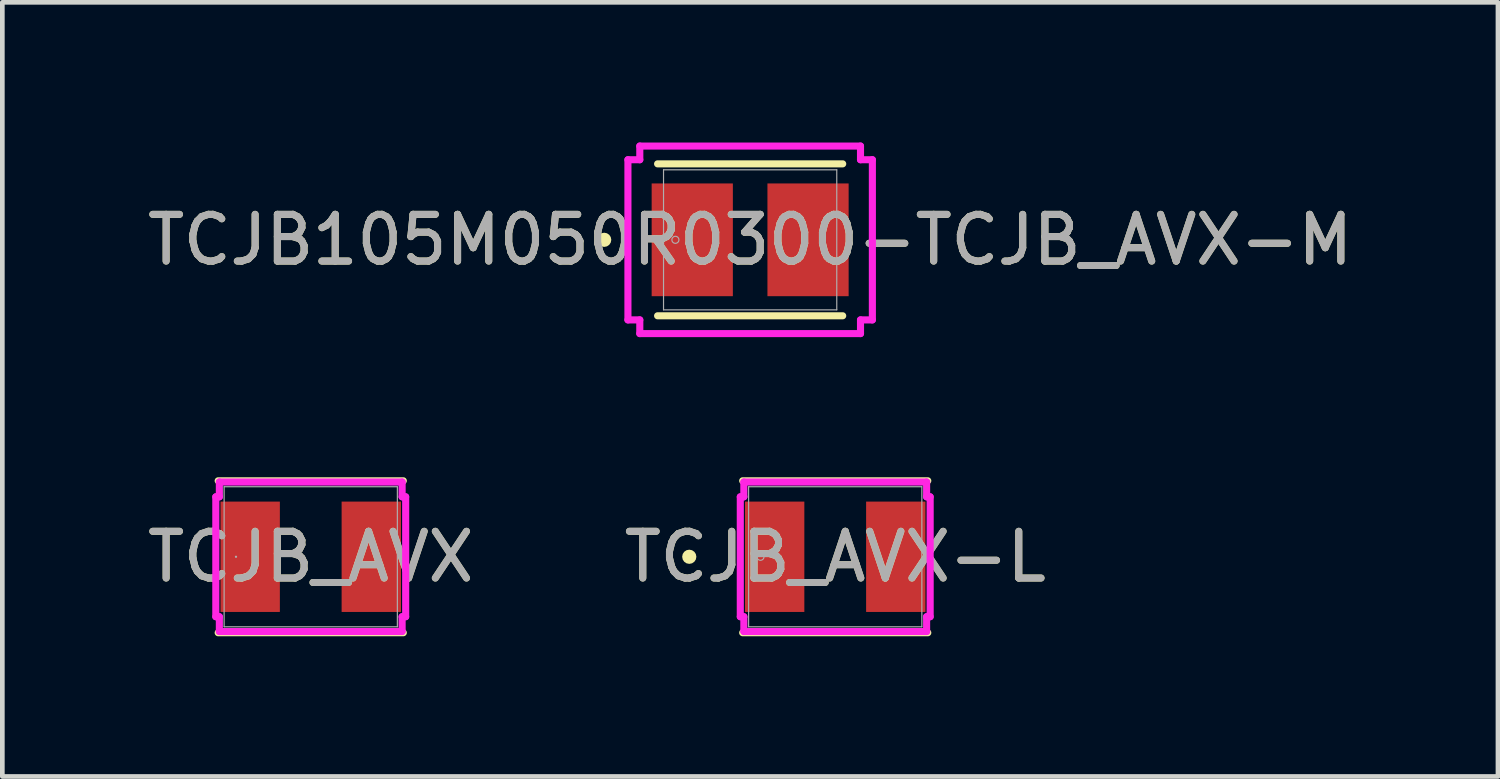
<source format=kicad_pcb>
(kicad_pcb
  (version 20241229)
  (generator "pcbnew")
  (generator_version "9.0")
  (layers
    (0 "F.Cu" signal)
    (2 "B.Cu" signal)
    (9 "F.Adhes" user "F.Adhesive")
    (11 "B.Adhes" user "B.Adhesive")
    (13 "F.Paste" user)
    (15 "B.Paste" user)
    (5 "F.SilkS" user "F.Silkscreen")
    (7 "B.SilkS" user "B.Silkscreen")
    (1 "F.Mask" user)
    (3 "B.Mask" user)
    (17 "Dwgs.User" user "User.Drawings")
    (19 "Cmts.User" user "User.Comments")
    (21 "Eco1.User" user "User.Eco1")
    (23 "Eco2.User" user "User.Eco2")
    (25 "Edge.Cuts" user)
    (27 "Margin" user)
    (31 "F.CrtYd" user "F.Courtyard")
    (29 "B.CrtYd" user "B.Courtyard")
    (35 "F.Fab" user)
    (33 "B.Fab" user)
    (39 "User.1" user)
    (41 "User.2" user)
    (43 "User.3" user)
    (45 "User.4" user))
  (footprint "TCJB_AVX-L"
    (layer "F.Cu")
    (at 14.827 8.867)
    (property "Reference" "TCJB_AVX-L" (at 0 0 0) (unlocked yes) (layer "F.SilkS") (effects (font (size 1 1) (thickness 0.15))))
    (attr smd)
    (fp_line (start -1.981 1.626) (end 1.981 1.626) (stroke (width 0.152) (type solid)) (layer "F.SilkS"))
    (fp_line (start 1.981 -1.626) (end -1.981 -1.626) (stroke (width 0.152) (type solid)) (layer "F.SilkS"))
    (fp_circle (center -3.124 0) (end -3.048 0) (stroke (width 0.152) (type solid)) (fill no) (layer "F.SilkS"))
    (fp_line (start -2.032 -1.283) (end -1.956 -1.283) (stroke (width 0.152) (type solid)) (layer "F.CrtYd"))
    (fp_line (start -2.032 1.283) (end -2.032 -1.283) (stroke (width 0.152) (type solid)) (layer "F.CrtYd"))
    (fp_line (start -1.956 -1.6) (end 1.956 -1.6) (stroke (width 0.152) (type solid)) (layer "F.CrtYd"))
    (fp_line (start -1.956 -1.283) (end -1.956 -1.6) (stroke (width 0.152) (type solid)) (layer "F.CrtYd"))
    (fp_line (start -1.956 1.283) (end -2.032 1.283) (stroke (width 0.152) (type solid)) (layer "F.CrtYd"))
    (fp_line (start -1.956 1.6) (end -1.956 1.283) (stroke (width 0.152) (type solid)) (layer "F.CrtYd"))
    (fp_line (start 1.956 -1.6) (end 1.956 -1.283) (stroke (width 0.152) (type solid)) (layer "F.CrtYd"))
    (fp_line (start 1.956 -1.283) (end 2.032 -1.283) (stroke (width 0.152) (type solid)) (layer "F.CrtYd"))
    (fp_line (start 1.956 1.283) (end 1.956 1.6) (stroke (width 0.152) (type solid)) (layer "F.CrtYd"))
    (fp_line (start 1.956 1.6) (end -1.956 1.6) (stroke (width 0.152) (type solid)) (layer "F.CrtYd"))
    (fp_line (start 2.032 -1.283) (end 2.032 1.283) (stroke (width 0.152) (type solid)) (layer "F.CrtYd"))
    (fp_line (start 2.032 1.283) (end 1.956 1.283) (stroke (width 0.152) (type solid)) (layer "F.CrtYd"))
    (fp_line (start -1.854 -1.499) (end -1.854 1.499) (stroke (width 0.025) (type solid)) (layer "F.Fab"))
    (fp_line (start -1.854 1.499) (end 1.854 1.499) (stroke (width 0.025) (type solid)) (layer "F.Fab"))
    (fp_line (start 1.854 -1.499) (end -1.854 -1.499) (stroke (width 0.025) (type solid)) (layer "F.Fab"))
    (fp_line (start 1.854 1.499) (end 1.854 -1.499) (stroke (width 0.025) (type solid)) (layer "F.Fab"))
    (fp_circle (center -1.6 0) (end -1.524 0) (stroke (width 0.025) (type solid)) (fill no) (layer "F.Fab"))
    (fp_text user "${REFERENCE}" (at 0 0 0) (unlocked yes) (layer "F.Fab") (effects (font (size 1 1) (thickness 0.15))))
    (pad "1" smd rect (at -1.296 0 90) (size 2.362 1.27) (layers "F.Cu" "F.Mask" "F.Paste"))
    (pad "2" smd rect (at 1.296 0 90) (size 2.362 1.27) (layers "F.Cu" "F.Mask" "F.Paste"))
    (zone (net_name "") (layer "F.Cu") (hatch full 0.508) (connect_pads) (min_thickness 0.254) (filled_areas_thickness no) (keepout (tracks not_allowed) (vias not_allowed) (pads allowed) (copperpour not_allowed) (footprints allowed)) (placement (enabled no)) (fill) (polygon (pts (xy 13.024 7.42) (xy 16.631 7.42) (xy 16.631 7.61) (xy 13.024 7.61))))
    (zone (net_name "") (layer "F.Cu") (hatch full 0.508) (connect_pads) (min_thickness 0.254) (filled_areas_thickness no) (keepout (tracks not_allowed) (vias not_allowed) (pads allowed) (copperpour not_allowed) (footprints allowed)) (placement (enabled no)) (fill) (polygon (pts (xy 13.024 10.125) (xy 16.631 10.125) (xy 16.631 10.315) (xy 13.024 10.315))))
    (zone (net_name "") (layer "F.Cu") (hatch full 0.508) (connect_pads) (min_thickness 0.254) (filled_areas_thickness no) (keepout (tracks not_allowed) (vias not_allowed) (pads allowed) (copperpour not_allowed) (footprints allowed)) (placement (enabled no)) (fill) (polygon (pts (xy 14.217 7.61) (xy 15.437 7.61) (xy 15.437 10.125) (xy 14.217 10.125)))))
  (footprint "TCJB105M050R0300-TCJB_AVX-M"
    (layer "F.Cu")
    (at 13.006 2.083)
    (property "Reference" "TCJB105M050R0300-TCJB_AVX-M" (at 0 0 0) (unlocked yes) (layer "F.SilkS") (effects (font (size 1 1) (thickness 0.15))))
    (attr smd)
    (fp_line (start -1.981 1.626) (end 1.981 1.626) (stroke (width 0.152) (type solid)) (layer "F.SilkS"))
    (fp_line (start 1.981 -1.626) (end -1.981 -1.626) (stroke (width 0.152) (type solid)) (layer "F.SilkS"))
    (fp_circle (center -3.124 0) (end -3.048 0) (stroke (width 0.152) (type solid)) (fill no) (layer "F.SilkS"))
    (fp_line (start -2.616 -1.714) (end -2.362 -1.714) (stroke (width 0.152) (type solid)) (layer "F.CrtYd"))
    (fp_line (start -2.616 1.714) (end -2.616 -1.714) (stroke (width 0.152) (type solid)) (layer "F.CrtYd"))
    (fp_line (start -2.362 -2.007) (end 2.362 -2.007) (stroke (width 0.152) (type solid)) (layer "F.CrtYd"))
    (fp_line (start -2.362 -1.714) (end -2.362 -2.007) (stroke (width 0.152) (type solid)) (layer "F.CrtYd"))
    (fp_line (start -2.362 1.714) (end -2.616 1.714) (stroke (width 0.152) (type solid)) (layer "F.CrtYd"))
    (fp_line (start -2.362 2.007) (end -2.362 1.714) (stroke (width 0.152) (type solid)) (layer "F.CrtYd"))
    (fp_line (start 2.362 -2.007) (end 2.362 -1.714) (stroke (width 0.152) (type solid)) (layer "F.CrtYd"))
    (fp_line (start 2.362 -1.714) (end 2.616 -1.714) (stroke (width 0.152) (type solid)) (layer "F.CrtYd"))
    (fp_line (start 2.362 1.714) (end 2.362 2.007) (stroke (width 0.152) (type solid)) (layer "F.CrtYd"))
    (fp_line (start 2.362 2.007) (end -2.362 2.007) (stroke (width 0.152) (type solid)) (layer "F.CrtYd"))
    (fp_line (start 2.616 -1.714) (end 2.616 1.714) (stroke (width 0.152) (type solid)) (layer "F.CrtYd"))
    (fp_line (start 2.616 1.714) (end 2.362 1.714) (stroke (width 0.152) (type solid)) (layer "F.CrtYd"))
    (fp_line (start -1.854 -1.499) (end -1.854 1.499) (stroke (width 0.025) (type solid)) (layer "F.Fab"))
    (fp_line (start -1.854 1.499) (end 1.854 1.499) (stroke (width 0.025) (type solid)) (layer "F.Fab"))
    (fp_line (start 1.854 -1.499) (end -1.854 -1.499) (stroke (width 0.025) (type solid)) (layer "F.Fab"))
    (fp_line (start 1.854 1.499) (end 1.854 -1.499) (stroke (width 0.025) (type solid)) (layer "F.Fab"))
    (fp_circle (center -1.6 0) (end -1.524 0) (stroke (width 0.025) (type solid)) (fill no) (layer "F.Fab"))
    (fp_text user "${REFERENCE}" (at 0 0 0) (unlocked yes) (layer "F.Fab") (effects (font (size 1 1) (thickness 0.15))))
    (pad "1" smd rect (at -1.239 0 90) (size 2.413 1.738) (layers "F.Cu" "F.Mask" "F.Paste"))
    (pad "2" smd rect (at 1.239 0 90) (size 2.413 1.738) (layers "F.Cu" "F.Mask" "F.Paste"))
    (zone (net_name "") (layer "F.Cu") (hatch full 0.508) (connect_pads) (min_thickness 0.254) (filled_areas_thickness no) (keepout (tracks not_allowed) (vias not_allowed) (pads allowed) (copperpour not_allowed) (footprints allowed)) (placement (enabled no)) (fill) (polygon (pts (xy 11.203 0.635) (xy 14.809 0.635) (xy 14.809 0.826) (xy 11.203 0.826))))
    (zone (net_name "") (layer "F.Cu") (hatch full 0.508) (connect_pads) (min_thickness 0.254) (filled_areas_thickness no) (keepout (tracks not_allowed) (vias not_allowed) (pads allowed) (copperpour not_allowed) (footprints allowed)) (placement (enabled no)) (fill) (polygon (pts (xy 11.203 3.34) (xy 14.809 3.34) (xy 14.809 3.531) (xy 11.203 3.531))))
    (zone (net_name "") (layer "F.Cu") (hatch full 0.508) (connect_pads) (min_thickness 0.254) (filled_areas_thickness no) (keepout (tracks not_allowed) (vias not_allowed) (pads allowed) (copperpour not_allowed) (footprints allowed)) (placement (enabled no)) (fill) (polygon (pts (xy 12.687 0.826) (xy 13.325 0.826) (xy 13.325 3.34) (xy 12.687 3.34)))))
  (footprint "TCJB_AVX"
    (layer "F.Cu")
    (at 3.601 8.867)
    (property "Reference" "TCJB_AVX" (at 0 0 0) (unlocked yes) (layer "F.SilkS") (effects (font (size 1 1) (thickness 0.15))))
    (attr smd)
    (fp_line (start -1.981 1.626) (end 1.981 1.626) (stroke (width 0.152) (type solid)) (layer "F.SilkS"))
    (fp_line (start 1.981 -1.626) (end -1.981 -1.626) (stroke (width 0.152) (type solid)) (layer "F.SilkS"))
    (fp_line (start -2.032 -1.283) (end -1.956 -1.283) (stroke (width 0.152) (type solid)) (layer "F.CrtYd"))
    (fp_line (start -2.032 1.283) (end -2.032 -1.283) (stroke (width 0.152) (type solid)) (layer "F.CrtYd"))
    (fp_line (start -1.956 -1.6) (end 1.956 -1.6) (stroke (width 0.152) (type solid)) (layer "F.CrtYd"))
    (fp_line (start -1.956 -1.283) (end -1.956 -1.6) (stroke (width 0.152) (type solid)) (layer "F.CrtYd"))
    (fp_line (start -1.956 1.283) (end -2.032 1.283) (stroke (width 0.152) (type solid)) (layer "F.CrtYd"))
    (fp_line (start -1.956 1.6) (end -1.956 1.283) (stroke (width 0.152) (type solid)) (layer "F.CrtYd"))
    (fp_line (start 1.956 -1.6) (end 1.956 -1.283) (stroke (width 0.152) (type solid)) (layer "F.CrtYd"))
    (fp_line (start 1.956 -1.283) (end 2.032 -1.283) (stroke (width 0.152) (type solid)) (layer "F.CrtYd"))
    (fp_line (start 1.956 1.283) (end 1.956 1.6) (stroke (width 0.152) (type solid)) (layer "F.CrtYd"))
    (fp_line (start 1.956 1.6) (end -1.956 1.6) (stroke (width 0.152) (type solid)) (layer "F.CrtYd"))
    (fp_line (start 2.032 -1.283) (end 2.032 1.283) (stroke (width 0.152) (type solid)) (layer "F.CrtYd"))
    (fp_line (start 2.032 1.283) (end 1.956 1.283) (stroke (width 0.152) (type solid)) (layer "F.CrtYd"))
    (fp_line (start -1.854 -1.499) (end -1.854 1.499) (stroke (width 0.025) (type solid)) (layer "F.Fab"))
    (fp_line (start -1.854 1.499) (end 1.854 1.499) (stroke (width 0.025) (type solid)) (layer "F.Fab"))
    (fp_line (start 1.854 -1.499) (end -1.854 -1.499) (stroke (width 0.025) (type solid)) (layer "F.Fab"))
    (fp_line (start 1.854 1.499) (end 1.854 -1.499) (stroke (width 0.025) (type solid)) (layer "F.Fab"))
    (fp_circle (center -1.6 0) (end -1.6 0) (stroke (width 0.025) (type solid)) (fill no) (layer "F.Fab"))
    (fp_text user "${REFERENCE}" (at 0 0 0) (unlocked yes) (layer "F.Fab") (effects (font (size 1 1) (thickness 0.15))))
    (pad "1" smd rect (at -1.296 0 90) (size 2.362 1.27) (layers "F.Cu" "F.Mask" "F.Paste"))
    (pad "2" smd rect (at 1.296 0 90) (size 2.362 1.27) (layers "F.Cu" "F.Mask" "F.Paste"))
    (zone (net_name "") (layer "F.Cu") (hatch full 0.508) (connect_pads) (min_thickness 0.254) (filled_areas_thickness no) (keepout (tracks not_allowed) (vias not_allowed) (pads allowed) (copperpour not_allowed) (footprints allowed)) (placement (enabled no)) (fill) (polygon (pts (xy 1.798 7.42) (xy 5.405 7.42) (xy 5.405 7.61) (xy 1.798 7.61))))
    (zone (net_name "") (layer "F.Cu") (hatch full 0.508) (connect_pads) (min_thickness 0.254) (filled_areas_thickness no) (keepout (tracks not_allowed) (vias not_allowed) (pads allowed) (copperpour not_allowed) (footprints allowed)) (placement (enabled no)) (fill) (polygon (pts (xy 1.798 10.125) (xy 5.405 10.125) (xy 5.405 10.315) (xy 1.798 10.315))))
    (zone (net_name "") (layer "F.Cu") (hatch full 0.508) (connect_pads) (min_thickness 0.254) (filled_areas_thickness no) (keepout (tracks not_allowed) (vias not_allowed) (pads allowed) (copperpour not_allowed) (footprints allowed)) (placement (enabled no)) (fill) (polygon (pts (xy 2.991 7.61) (xy 4.211 7.61) (xy 4.211 10.125) (xy 2.991 10.125)))))
  (gr_rect
    (start -3 -3)
    (end 29.012 13.569)
    (stroke (width 0.1) (type default))
    (fill no)
    (layer "Edge.Cuts")))
</source>
